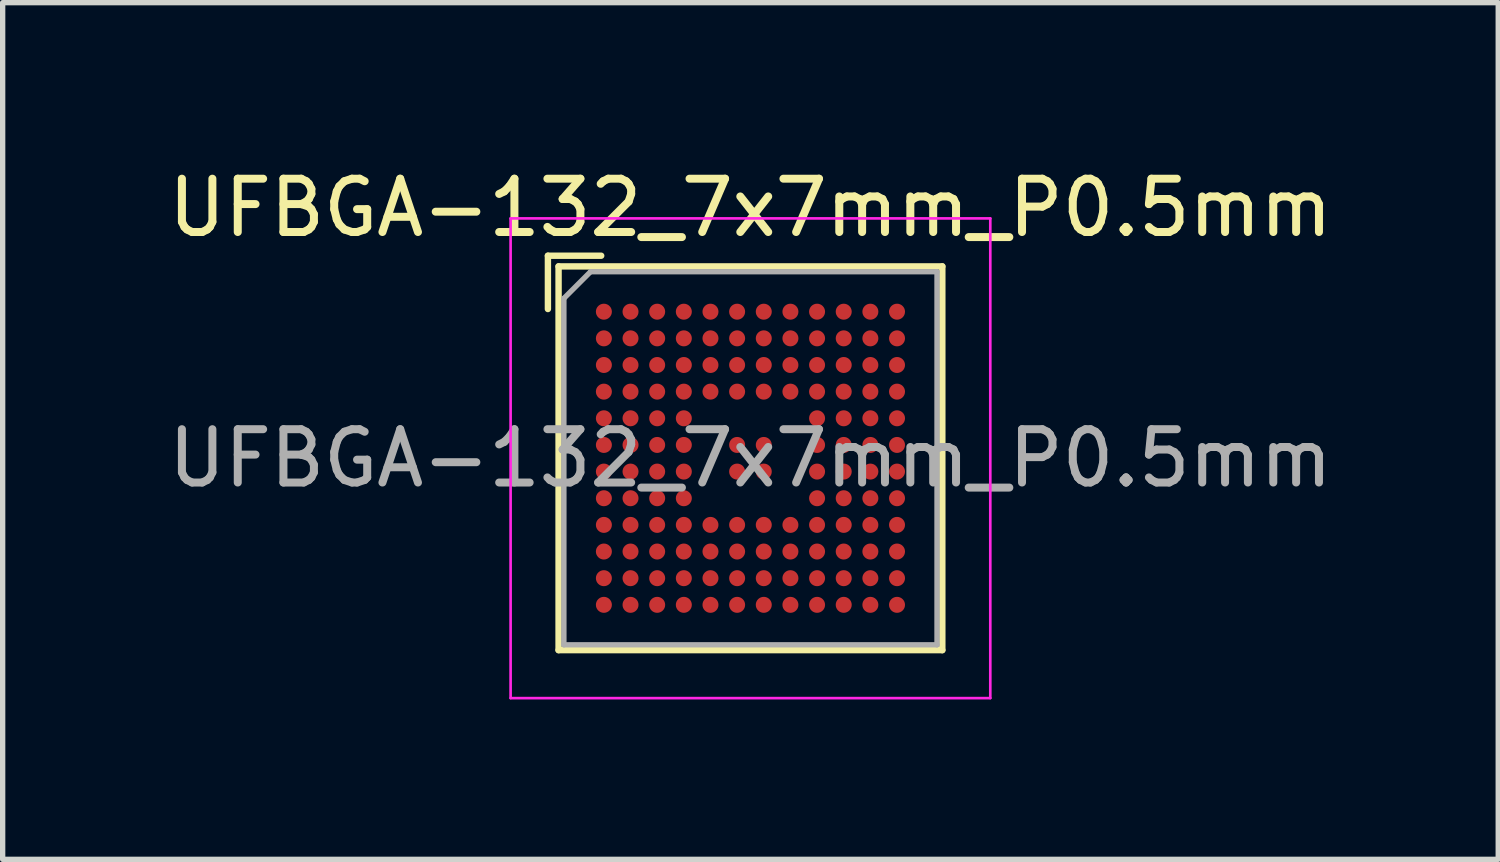
<source format=kicad_pcb>
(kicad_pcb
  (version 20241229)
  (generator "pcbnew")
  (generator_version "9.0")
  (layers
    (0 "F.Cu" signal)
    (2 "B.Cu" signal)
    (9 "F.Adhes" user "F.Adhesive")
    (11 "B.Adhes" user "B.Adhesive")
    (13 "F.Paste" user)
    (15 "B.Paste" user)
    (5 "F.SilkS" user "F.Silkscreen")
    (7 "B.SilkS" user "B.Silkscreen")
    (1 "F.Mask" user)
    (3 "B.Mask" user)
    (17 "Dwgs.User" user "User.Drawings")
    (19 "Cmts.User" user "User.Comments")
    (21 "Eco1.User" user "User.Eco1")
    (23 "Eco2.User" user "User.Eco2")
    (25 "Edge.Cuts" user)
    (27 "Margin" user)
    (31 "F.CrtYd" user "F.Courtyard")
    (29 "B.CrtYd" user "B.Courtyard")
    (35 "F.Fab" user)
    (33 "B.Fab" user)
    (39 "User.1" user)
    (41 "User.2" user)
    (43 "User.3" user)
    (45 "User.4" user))
  (footprint "UFBGA-132_7x7mm_P0.5mm"
    (layer "F.Cu")
    (at 11.03 5.548)
    (property "Reference" "UFBGA-132_7x7mm_P0.5mm" (at 0 -4.7 0) (layer "F.SilkS") (effects (font (size 1 1) (thickness 0.15))))
    (attr smd)
    (fp_line (start -3.8 -2.8) (end -3.8 -3.8) (stroke (width 0.12) (type solid)) (layer "F.SilkS"))
    (fp_line (start -3.6 -3.6) (end 3.6 -3.6) (stroke (width 0.12) (type solid)) (layer "F.SilkS"))
    (fp_line (start -3.6 3.6) (end -3.6 -3.6) (stroke (width 0.12) (type solid)) (layer "F.SilkS"))
    (fp_line (start -2.8 -3.8) (end -3.8 -3.8) (stroke (width 0.12) (type solid)) (layer "F.SilkS"))
    (fp_line (start 3.6 -3.6) (end 3.6 3.6) (stroke (width 0.12) (type solid)) (layer "F.SilkS"))
    (fp_line (start 3.6 3.6) (end -3.6 3.6) (stroke (width 0.12) (type solid)) (layer "F.SilkS"))
    (fp_line (start -4.5 -4.5) (end 4.5 -4.5) (stroke (width 0.05) (type solid)) (layer "F.CrtYd"))
    (fp_line (start -4.5 4.5) (end -4.5 -4.5) (stroke (width 0.05) (type solid)) (layer "F.CrtYd"))
    (fp_line (start 4.5 -4.5) (end 4.5 4.5) (stroke (width 0.05) (type solid)) (layer "F.CrtYd"))
    (fp_line (start 4.5 4.5) (end -4.5 4.5) (stroke (width 0.05) (type solid)) (layer "F.CrtYd"))
    (fp_line (start -3.5 3.5) (end -3.5 -3) (stroke (width 0.1) (type solid)) (layer "F.Fab"))
    (fp_line (start -3 -3.5) (end -3.5 -3) (stroke (width 0.1) (type solid)) (layer "F.Fab"))
    (fp_line (start -3 -3.5) (end 3.5 -3.5) (stroke (width 0.1) (type solid)) (layer "F.Fab"))
    (fp_line (start 3.5 -3.5) (end 3.5 3.5) (stroke (width 0.1) (type solid)) (layer "F.Fab"))
    (fp_line (start 3.5 3.5) (end -3.5 3.5) (stroke (width 0.1) (type solid)) (layer "F.Fab"))
    (fp_text user "${REFERENCE}" (at 0 0 0) (layer "F.Fab") (effects (font (size 1 1) (thickness 0.15))))
    (pad "A1" smd circle (at -2.75 -2.75) (size 0.3 0.3) (layers "F.Cu" "F.Mask" "F.Paste"))
    (pad "A2" smd circle (at -2.25 -2.75) (size 0.3 0.3) (layers "F.Cu" "F.Mask" "F.Paste"))
    (pad "A3" smd circle (at -1.75 -2.75) (size 0.3 0.3) (layers "F.Cu" "F.Mask" "F.Paste"))
    (pad "A4" smd circle (at -1.25 -2.75) (size 0.3 0.3) (layers "F.Cu" "F.Mask" "F.Paste"))
    (pad "A5" smd circle (at -0.75 -2.75) (size 0.3 0.3) (layers "F.Cu" "F.Mask" "F.Paste"))
    (pad "A6" smd circle (at -0.25 -2.75) (size 0.3 0.3) (layers "F.Cu" "F.Mask" "F.Paste"))
    (pad "A7" smd circle (at 0.25 -2.75) (size 0.3 0.3) (layers "F.Cu" "F.Mask" "F.Paste"))
    (pad "A8" smd circle (at 0.75 -2.75) (size 0.3 0.3) (layers "F.Cu" "F.Mask" "F.Paste"))
    (pad "A9" smd circle (at 1.25 -2.75) (size 0.3 0.3) (layers "F.Cu" "F.Mask" "F.Paste"))
    (pad "A10" smd circle (at 1.75 -2.75) (size 0.3 0.3) (layers "F.Cu" "F.Mask" "F.Paste"))
    (pad "A11" smd circle (at 2.25 -2.75) (size 0.3 0.3) (layers "F.Cu" "F.Mask" "F.Paste"))
    (pad "A12" smd circle (at 2.75 -2.75) (size 0.3 0.3) (layers "F.Cu" "F.Mask" "F.Paste"))
    (pad "B1" smd circle (at -2.75 -2.25) (size 0.3 0.3) (layers "F.Cu" "F.Mask" "F.Paste"))
    (pad "B2" smd circle (at -2.25 -2.25) (size 0.3 0.3) (layers "F.Cu" "F.Mask" "F.Paste"))
    (pad "B3" smd circle (at -1.75 -2.25) (size 0.3 0.3) (layers "F.Cu" "F.Mask" "F.Paste"))
    (pad "B4" smd circle (at -1.25 -2.25) (size 0.3 0.3) (layers "F.Cu" "F.Mask" "F.Paste"))
    (pad "B5" smd circle (at -0.75 -2.25) (size 0.3 0.3) (layers "F.Cu" "F.Mask" "F.Paste"))
    (pad "B6" smd circle (at -0.25 -2.25) (size 0.3 0.3) (layers "F.Cu" "F.Mask" "F.Paste"))
    (pad "B7" smd circle (at 0.25 -2.25) (size 0.3 0.3) (layers "F.Cu" "F.Mask" "F.Paste"))
    (pad "B8" smd circle (at 0.75 -2.25) (size 0.3 0.3) (layers "F.Cu" "F.Mask" "F.Paste"))
    (pad "B9" smd circle (at 1.25 -2.25) (size 0.3 0.3) (layers "F.Cu" "F.Mask" "F.Paste"))
    (pad "B10" smd circle (at 1.75 -2.25) (size 0.3 0.3) (layers "F.Cu" "F.Mask" "F.Paste"))
    (pad "B11" smd circle (at 2.25 -2.25) (size 0.3 0.3) (layers "F.Cu" "F.Mask" "F.Paste"))
    (pad "B12" smd circle (at 2.75 -2.25) (size 0.3 0.3) (layers "F.Cu" "F.Mask" "F.Paste"))
    (pad "C1" smd circle (at -2.75 -1.75) (size 0.3 0.3) (layers "F.Cu" "F.Mask" "F.Paste"))
    (pad "C2" smd circle (at -2.25 -1.75) (size 0.3 0.3) (layers "F.Cu" "F.Mask" "F.Paste"))
    (pad "C3" smd circle (at -1.75 -1.75) (size 0.3 0.3) (layers "F.Cu" "F.Mask" "F.Paste"))
    (pad "C4" smd circle (at -1.25 -1.75) (size 0.3 0.3) (layers "F.Cu" "F.Mask" "F.Paste"))
    (pad "C5" smd circle (at -0.75 -1.75) (size 0.3 0.3) (layers "F.Cu" "F.Mask" "F.Paste"))
    (pad "C6" smd circle (at -0.25 -1.75) (size 0.3 0.3) (layers "F.Cu" "F.Mask" "F.Paste"))
    (pad "C7" smd circle (at 0.25 -1.75) (size 0.3 0.3) (layers "F.Cu" "F.Mask" "F.Paste"))
    (pad "C8" smd circle (at 0.75 -1.75) (size 0.3 0.3) (layers "F.Cu" "F.Mask" "F.Paste"))
    (pad "C9" smd circle (at 1.25 -1.75) (size 0.3 0.3) (layers "F.Cu" "F.Mask" "F.Paste"))
    (pad "C10" smd circle (at 1.75 -1.75) (size 0.3 0.3) (layers "F.Cu" "F.Mask" "F.Paste"))
    (pad "C11" smd circle (at 2.25 -1.75) (size 0.3 0.3) (layers "F.Cu" "F.Mask" "F.Paste"))
    (pad "C12" smd circle (at 2.75 -1.75) (size 0.3 0.3) (layers "F.Cu" "F.Mask" "F.Paste"))
    (pad "D1" smd circle (at -2.75 -1.25) (size 0.3 0.3) (layers "F.Cu" "F.Mask" "F.Paste"))
    (pad "D2" smd circle (at -2.25 -1.25) (size 0.3 0.3) (layers "F.Cu" "F.Mask" "F.Paste"))
    (pad "D3" smd circle (at -1.75 -1.25) (size 0.3 0.3) (layers "F.Cu" "F.Mask" "F.Paste"))
    (pad "D4" smd circle (at -1.25 -1.25) (size 0.3 0.3) (layers "F.Cu" "F.Mask" "F.Paste"))
    (pad "D5" smd circle (at -0.75 -1.25) (size 0.3 0.3) (layers "F.Cu" "F.Mask" "F.Paste"))
    (pad "D6" smd circle (at -0.25 -1.25) (size 0.3 0.3) (layers "F.Cu" "F.Mask" "F.Paste"))
    (pad "D7" smd circle (at 0.25 -1.25) (size 0.3 0.3) (layers "F.Cu" "F.Mask" "F.Paste"))
    (pad "D8" smd circle (at 0.75 -1.25) (size 0.3 0.3) (layers "F.Cu" "F.Mask" "F.Paste"))
    (pad "D9" smd circle (at 1.25 -1.25) (size 0.3 0.3) (layers "F.Cu" "F.Mask" "F.Paste"))
    (pad "D10" smd circle (at 1.75 -1.25) (size 0.3 0.3) (layers "F.Cu" "F.Mask" "F.Paste"))
    (pad "D11" smd circle (at 2.25 -1.25) (size 0.3 0.3) (layers "F.Cu" "F.Mask" "F.Paste"))
    (pad "D12" smd circle (at 2.75 -1.25) (size 0.3 0.3) (layers "F.Cu" "F.Mask" "F.Paste"))
    (pad "E1" smd circle (at -2.75 -0.75) (size 0.3 0.3) (layers "F.Cu" "F.Mask" "F.Paste"))
    (pad "E2" smd circle (at -2.25 -0.75) (size 0.3 0.3) (layers "F.Cu" "F.Mask" "F.Paste"))
    (pad "E3" smd circle (at -1.75 -0.75) (size 0.3 0.3) (layers "F.Cu" "F.Mask" "F.Paste"))
    (pad "E4" smd circle (at -1.25 -0.75) (size 0.3 0.3) (layers "F.Cu" "F.Mask" "F.Paste"))
    (pad "E9" smd circle (at 1.25 -0.75) (size 0.3 0.3) (layers "F.Cu" "F.Mask" "F.Paste"))
    (pad "E10" smd circle (at 1.75 -0.75) (size 0.3 0.3) (layers "F.Cu" "F.Mask" "F.Paste"))
    (pad "E11" smd circle (at 2.25 -0.75) (size 0.3 0.3) (layers "F.Cu" "F.Mask" "F.Paste"))
    (pad "E12" smd circle (at 2.75 -0.75) (size 0.3 0.3) (layers "F.Cu" "F.Mask" "F.Paste"))
    (pad "F1" smd circle (at -2.75 -0.25) (size 0.3 0.3) (layers "F.Cu" "F.Mask" "F.Paste"))
    (pad "F2" smd circle (at -2.25 -0.25) (size 0.3 0.3) (layers "F.Cu" "F.Mask" "F.Paste"))
    (pad "F3" smd circle (at -1.75 -0.25) (size 0.3 0.3) (layers "F.Cu" "F.Mask" "F.Paste"))
    (pad "F4" smd circle (at -1.25 -0.25) (size 0.3 0.3) (layers "F.Cu" "F.Mask" "F.Paste"))
    (pad "F6" smd circle (at -0.25 -0.25) (size 0.3 0.3) (layers "F.Cu" "F.Mask" "F.Paste"))
    (pad "F7" smd circle (at 0.25 -0.25) (size 0.3 0.3) (layers "F.Cu" "F.Mask" "F.Paste"))
    (pad "F9" smd circle (at 1.25 -0.25) (size 0.3 0.3) (layers "F.Cu" "F.Mask" "F.Paste"))
    (pad "F10" smd circle (at 1.75 -0.25) (size 0.3 0.3) (layers "F.Cu" "F.Mask" "F.Paste"))
    (pad "F11" smd circle (at 2.25 -0.25) (size 0.3 0.3) (layers "F.Cu" "F.Mask" "F.Paste"))
    (pad "F12" smd circle (at 2.75 -0.25) (size 0.3 0.3) (layers "F.Cu" "F.Mask" "F.Paste"))
    (pad "G1" smd circle (at -2.75 0.25) (size 0.3 0.3) (layers "F.Cu" "F.Mask" "F.Paste"))
    (pad "G2" smd circle (at -2.25 0.25) (size 0.3 0.3) (layers "F.Cu" "F.Mask" "F.Paste"))
    (pad "G3" smd circle (at -1.75 0.25) (size 0.3 0.3) (layers "F.Cu" "F.Mask" "F.Paste"))
    (pad "G4" smd circle (at -1.25 0.25) (size 0.3 0.3) (layers "F.Cu" "F.Mask" "F.Paste"))
    (pad "G6" smd circle (at -0.25 0.25) (size 0.3 0.3) (layers "F.Cu" "F.Mask" "F.Paste"))
    (pad "G7" smd circle (at 0.25 0.25) (size 0.3 0.3) (layers "F.Cu" "F.Mask" "F.Paste"))
    (pad "G9" smd circle (at 1.25 0.25) (size 0.3 0.3) (layers "F.Cu" "F.Mask" "F.Paste"))
    (pad "G10" smd circle (at 1.75 0.25) (size 0.3 0.3) (layers "F.Cu" "F.Mask" "F.Paste"))
    (pad "G11" smd circle (at 2.25 0.25) (size 0.3 0.3) (layers "F.Cu" "F.Mask" "F.Paste"))
    (pad "G12" smd circle (at 2.75 0.25) (size 0.3 0.3) (layers "F.Cu" "F.Mask" "F.Paste"))
    (pad "H1" smd circle (at -2.75 0.75) (size 0.3 0.3) (layers "F.Cu" "F.Mask" "F.Paste"))
    (pad "H2" smd circle (at -2.25 0.75) (size 0.3 0.3) (layers "F.Cu" "F.Mask" "F.Paste"))
    (pad "H3" smd circle (at -1.75 0.75) (size 0.3 0.3) (layers "F.Cu" "F.Mask" "F.Paste"))
    (pad "H4" smd circle (at -1.25 0.75) (size 0.3 0.3) (layers "F.Cu" "F.Mask" "F.Paste"))
    (pad "H9" smd circle (at 1.25 0.75) (size 0.3 0.3) (layers "F.Cu" "F.Mask" "F.Paste"))
    (pad "H10" smd circle (at 1.75 0.75) (size 0.3 0.3) (layers "F.Cu" "F.Mask" "F.Paste"))
    (pad "H11" smd circle (at 2.25 0.75) (size 0.3 0.3) (layers "F.Cu" "F.Mask" "F.Paste"))
    (pad "H12" smd circle (at 2.75 0.75) (size 0.3 0.3) (layers "F.Cu" "F.Mask" "F.Paste"))
    (pad "J1" smd circle (at -2.75 1.25) (size 0.3 0.3) (layers "F.Cu" "F.Mask" "F.Paste"))
    (pad "J2" smd circle (at -2.25 1.25) (size 0.3 0.3) (layers "F.Cu" "F.Mask" "F.Paste"))
    (pad "J3" smd circle (at -1.75 1.25) (size 0.3 0.3) (layers "F.Cu" "F.Mask" "F.Paste"))
    (pad "J4" smd circle (at -1.25 1.25) (size 0.3 0.3) (layers "F.Cu" "F.Mask" "F.Paste"))
    (pad "J5" smd circle (at -0.75 1.25) (size 0.3 0.3) (layers "F.Cu" "F.Mask" "F.Paste"))
    (pad "J6" smd circle (at -0.25 1.25) (size 0.3 0.3) (layers "F.Cu" "F.Mask" "F.Paste"))
    (pad "J7" smd circle (at 0.25 1.25) (size 0.3 0.3) (layers "F.Cu" "F.Mask" "F.Paste"))
    (pad "J8" smd circle (at 0.75 1.25) (size 0.3 0.3) (layers "F.Cu" "F.Mask" "F.Paste"))
    (pad "J9" smd circle (at 1.25 1.25) (size 0.3 0.3) (layers "F.Cu" "F.Mask" "F.Paste"))
    (pad "J10" smd circle (at 1.75 1.25) (size 0.3 0.3) (layers "F.Cu" "F.Mask" "F.Paste"))
    (pad "J11" smd circle (at 2.25 1.25) (size 0.3 0.3) (layers "F.Cu" "F.Mask" "F.Paste"))
    (pad "J12" smd circle (at 2.75 1.25) (size 0.3 0.3) (layers "F.Cu" "F.Mask" "F.Paste"))
    (pad "K1" smd circle (at -2.75 1.75) (size 0.3 0.3) (layers "F.Cu" "F.Mask" "F.Paste"))
    (pad "K2" smd circle (at -2.25 1.75) (size 0.3 0.3) (layers "F.Cu" "F.Mask" "F.Paste"))
    (pad "K3" smd circle (at -1.75 1.75) (size 0.3 0.3) (layers "F.Cu" "F.Mask" "F.Paste"))
    (pad "K4" smd circle (at -1.25 1.75) (size 0.3 0.3) (layers "F.Cu" "F.Mask" "F.Paste"))
    (pad "K5" smd circle (at -0.75 1.75) (size 0.3 0.3) (layers "F.Cu" "F.Mask" "F.Paste"))
    (pad "K6" smd circle (at -0.25 1.75) (size 0.3 0.3) (layers "F.Cu" "F.Mask" "F.Paste"))
    (pad "K7" smd circle (at 0.25 1.75) (size 0.3 0.3) (layers "F.Cu" "F.Mask" "F.Paste"))
    (pad "K8" smd circle (at 0.75 1.75) (size 0.3 0.3) (layers "F.Cu" "F.Mask" "F.Paste"))
    (pad "K9" smd circle (at 1.25 1.75) (size 0.3 0.3) (layers "F.Cu" "F.Mask" "F.Paste"))
    (pad "K10" smd circle (at 1.75 1.75) (size 0.3 0.3) (layers "F.Cu" "F.Mask" "F.Paste"))
    (pad "K11" smd circle (at 2.25 1.75) (size 0.3 0.3) (layers "F.Cu" "F.Mask" "F.Paste"))
    (pad "K12" smd circle (at 2.75 1.75) (size 0.3 0.3) (layers "F.Cu" "F.Mask" "F.Paste"))
    (pad "L1" smd circle (at -2.75 2.25) (size 0.3 0.3) (layers "F.Cu" "F.Mask" "F.Paste"))
    (pad "L2" smd circle (at -2.25 2.25) (size 0.3 0.3) (layers "F.Cu" "F.Mask" "F.Paste"))
    (pad "L3" smd circle (at -1.75 2.25) (size 0.3 0.3) (layers "F.Cu" "F.Mask" "F.Paste"))
    (pad "L4" smd circle (at -1.25 2.25) (size 0.3 0.3) (layers "F.Cu" "F.Mask" "F.Paste"))
    (pad "L5" smd circle (at -0.75 2.25) (size 0.3 0.3) (layers "F.Cu" "F.Mask" "F.Paste"))
    (pad "L6" smd circle (at -0.25 2.25) (size 0.3 0.3) (layers "F.Cu" "F.Mask" "F.Paste"))
    (pad "L7" smd circle (at 0.25 2.25) (size 0.3 0.3) (layers "F.Cu" "F.Mask" "F.Paste"))
    (pad "L8" smd circle (at 0.75 2.25) (size 0.3 0.3) (layers "F.Cu" "F.Mask" "F.Paste"))
    (pad "L9" smd circle (at 1.25 2.25) (size 0.3 0.3) (layers "F.Cu" "F.Mask" "F.Paste"))
    (pad "L10" smd circle (at 1.75 2.25) (size 0.3 0.3) (layers "F.Cu" "F.Mask" "F.Paste"))
    (pad "L11" smd circle (at 2.25 2.25) (size 0.3 0.3) (layers "F.Cu" "F.Mask" "F.Paste"))
    (pad "L12" smd circle (at 2.75 2.25) (size 0.3 0.3) (layers "F.Cu" "F.Mask" "F.Paste"))
    (pad "M1" smd circle (at -2.75 2.75) (size 0.3 0.3) (layers "F.Cu" "F.Mask" "F.Paste"))
    (pad "M2" smd circle (at -2.25 2.75) (size 0.3 0.3) (layers "F.Cu" "F.Mask" "F.Paste"))
    (pad "M3" smd circle (at -1.75 2.75) (size 0.3 0.3) (layers "F.Cu" "F.Mask" "F.Paste"))
    (pad "M4" smd circle (at -1.25 2.75) (size 0.3 0.3) (layers "F.Cu" "F.Mask" "F.Paste"))
    (pad "M5" smd circle (at -0.75 2.75) (size 0.3 0.3) (layers "F.Cu" "F.Mask" "F.Paste"))
    (pad "M6" smd circle (at -0.25 2.75) (size 0.3 0.3) (layers "F.Cu" "F.Mask" "F.Paste"))
    (pad "M7" smd circle (at 0.25 2.75) (size 0.3 0.3) (layers "F.Cu" "F.Mask" "F.Paste"))
    (pad "M8" smd circle (at 0.75 2.75) (size 0.3 0.3) (layers "F.Cu" "F.Mask" "F.Paste"))
    (pad "M9" smd circle (at 1.25 2.75) (size 0.3 0.3) (layers "F.Cu" "F.Mask" "F.Paste"))
    (pad "M10" smd circle (at 1.75 2.75) (size 0.3 0.3) (layers "F.Cu" "F.Mask" "F.Paste"))
    (pad "M11" smd circle (at 2.25 2.75) (size 0.3 0.3) (layers "F.Cu" "F.Mask" "F.Paste"))
    (pad "M12" smd circle (at 2.75 2.75) (size 0.3 0.3) (layers "F.Cu" "F.Mask" "F.Paste")))
  (gr_rect
    (start -3 -3)
    (end 25.06 13.073)
    (stroke (width 0.1) (type default))
    (fill no)
    (layer "Edge.Cuts")))
</source>
